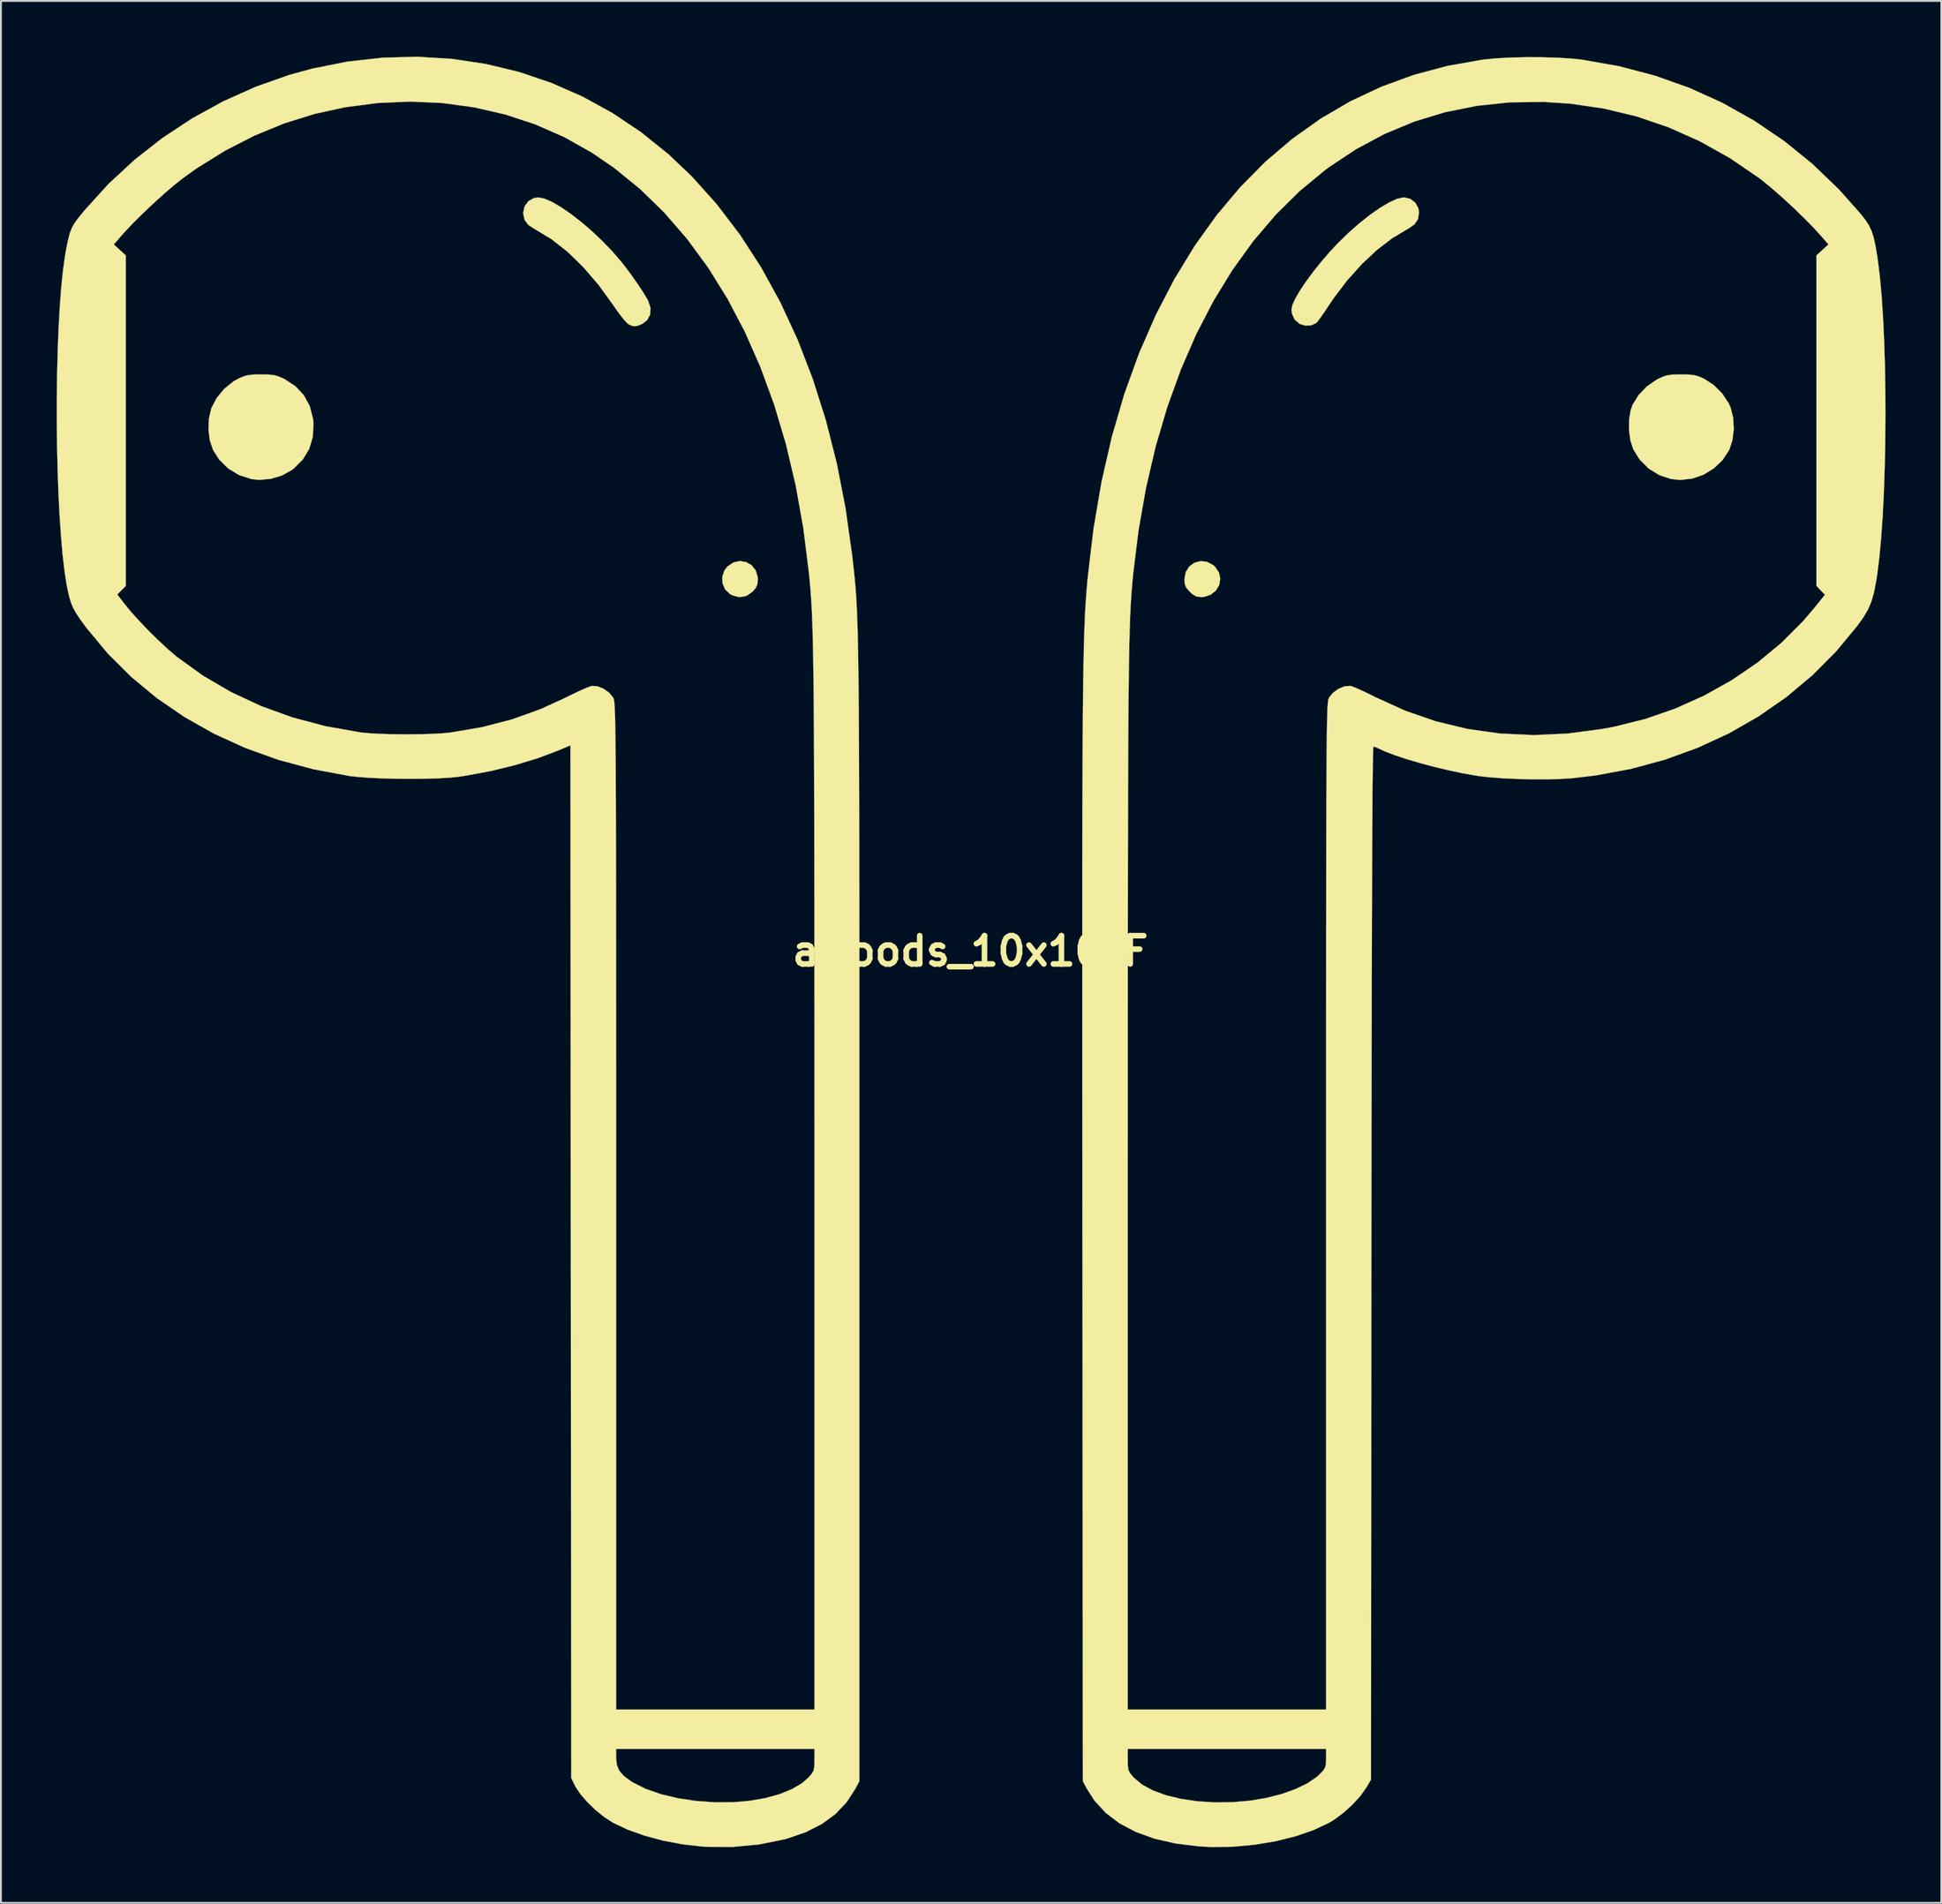
<source format=kicad_pcb>
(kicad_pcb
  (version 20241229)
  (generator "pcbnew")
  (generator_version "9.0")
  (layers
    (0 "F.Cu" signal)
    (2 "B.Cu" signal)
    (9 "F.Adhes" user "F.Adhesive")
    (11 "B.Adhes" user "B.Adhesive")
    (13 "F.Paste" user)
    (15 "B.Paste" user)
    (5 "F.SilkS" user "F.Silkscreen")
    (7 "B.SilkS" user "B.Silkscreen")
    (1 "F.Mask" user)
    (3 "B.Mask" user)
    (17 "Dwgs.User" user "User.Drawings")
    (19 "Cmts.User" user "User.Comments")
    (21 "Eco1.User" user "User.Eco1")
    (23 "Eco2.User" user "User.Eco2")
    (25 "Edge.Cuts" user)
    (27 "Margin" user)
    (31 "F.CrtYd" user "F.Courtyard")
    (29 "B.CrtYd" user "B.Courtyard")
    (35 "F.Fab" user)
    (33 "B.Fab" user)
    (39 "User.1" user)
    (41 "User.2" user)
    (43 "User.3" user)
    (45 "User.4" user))
  (footprint "airpods_10x10_F"
    (layer "F.Cu")
    (at 49.136 48.127)
    (property "Reference" "airpods_10x10_F" (at 0 0 0) (layer "F.SilkS") (effects (font (size 1.524 1.524) (thickness 0.3))))
    (attr through_hole)
    (fp_poly (pts (xy -12.06 -20.936) (xy -11.764 -20.765) (xy -11.545 -20.491) (xy -11.436 -20.128) (xy -11.43 -20.009) (xy -11.452 -19.739) (xy -11.543 -19.537) (xy -11.718 -19.338) (xy -12.049 -19.111) (xy -12.416 -19.046) (xy -12.8 -19.146) (xy -12.924 -19.213) (xy -13.186 -19.462) (xy -13.325 -19.788) (xy -13.339 -20.146) (xy -13.221 -20.491) (xy -13.069 -20.689) (xy -12.746 -20.912) (xy -12.398 -20.99) (xy -12.06 -20.936)) (stroke (width 0.01) (type solid)) (fill yes) (layer "F.SilkS"))
    (fp_poly (pts (xy 12.732 -20.948) (xy 13.067 -20.767) (xy 13.157 -20.686) (xy 13.373 -20.37) (xy 13.443 -20.03) (xy 13.384 -19.698) (xy 13.208 -19.404) (xy 12.932 -19.182) (xy 12.569 -19.062) (xy 12.399 -19.05) (xy 12.152 -19.087) (xy 11.93 -19.22) (xy 11.803 -19.338) (xy 11.616 -19.553) (xy 11.533 -19.758) (xy 11.515 -20.009) (xy 11.586 -20.396) (xy 11.777 -20.697) (xy 12.054 -20.899) (xy 12.383 -20.987) (xy 12.732 -20.948)) (stroke (width 0.01) (type solid)) (fill yes) (layer "F.SilkS"))
    (fp_poly (pts (xy -37.75 -31.023) (xy -37.467 -30.995) (xy -37.232 -30.934) (xy -36.985 -30.829) (xy -36.89 -30.782) (xy -36.3 -30.398) (xy -35.845 -29.912) (xy -35.529 -29.331) (xy -35.355 -28.66) (xy -35.326 -28.363) (xy -35.364 -27.661) (xy -35.559 -27.019) (xy -35.906 -26.448) (xy -36.398 -25.959) (xy -36.483 -25.894) (xy -37.013 -25.598) (xy -37.616 -25.414) (xy -38.236 -25.357) (xy -38.67 -25.402) (xy -39.333 -25.619) (xy -39.917 -25.973) (xy -40.399 -26.449) (xy -40.728 -26.969) (xy -40.899 -27.474) (xy -40.974 -28.055) (xy -40.949 -28.65) (xy -40.824 -29.194) (xy -40.812 -29.227) (xy -40.529 -29.767) (xy -40.121 -30.259) (xy -39.631 -30.655) (xy -39.387 -30.793) (xy -39.122 -30.912) (xy -38.884 -30.984) (xy -38.612 -31.019) (xy -38.245 -31.03) (xy -38.142 -31.03) (xy -37.75 -31.023)) (stroke (width 0.01) (type solid)) (fill yes) (layer "F.SilkS"))
    (fp_poly (pts (xy 38.624 -31.023) (xy 38.912 -30.994) (xy 39.153 -30.932) (xy 39.406 -30.825) (xy 39.472 -30.793) (xy 39.985 -30.458) (xy 40.437 -30.005) (xy 40.784 -29.481) (xy 40.897 -29.227) (xy 41.029 -28.687) (xy 41.06 -28.092) (xy 40.991 -27.505) (xy 40.824 -26.991) (xy 40.812 -26.966) (xy 40.457 -26.421) (xy 39.986 -25.973) (xy 39.429 -25.635) (xy 38.815 -25.424) (xy 38.175 -25.354) (xy 37.688 -25.404) (xy 37.045 -25.618) (xy 36.472 -25.976) (xy 35.994 -26.457) (xy 35.653 -27.009) (xy 35.501 -27.473) (xy 35.427 -28.018) (xy 35.431 -28.581) (xy 35.515 -29.099) (xy 35.617 -29.394) (xy 35.941 -29.919) (xy 36.389 -30.387) (xy 36.915 -30.75) (xy 36.975 -30.782) (xy 37.239 -30.905) (xy 37.471 -30.979) (xy 37.732 -31.017) (xy 38.081 -31.029) (xy 38.227 -31.03) (xy 38.624 -31.023)) (stroke (width 0.01) (type solid)) (fill yes) (layer "F.SilkS"))
    (fp_poly (pts (xy 23.66 -40.478) (xy 23.931 -40.271) (xy 24.096 -39.969) (xy 24.13 -39.734) (xy 24.074 -39.385) (xy 23.893 -39.11) (xy 23.567 -38.88) (xy 23.511 -38.85) (xy 22.69 -38.361) (xy 21.861 -37.723) (xy 21.045 -36.957) (xy 20.261 -36.082) (xy 19.529 -35.116) (xy 19.257 -34.712) (xy 19.035 -34.378) (xy 18.836 -34.092) (xy 18.684 -33.887) (xy 18.609 -33.802) (xy 18.335 -33.674) (xy 18.005 -33.66) (xy 17.728 -33.743) (xy 17.448 -33.974) (xy 17.296 -34.305) (xy 17.272 -34.532) (xy 17.329 -34.782) (xy 17.49 -35.131) (xy 17.741 -35.559) (xy 18.068 -36.046) (xy 18.455 -36.569) (xy 18.888 -37.11) (xy 19.352 -37.646) (xy 19.764 -38.087) (xy 20.338 -38.648) (xy 20.921 -39.161) (xy 21.492 -39.614) (xy 22.034 -39.993) (xy 22.526 -40.285) (xy 22.949 -40.477) (xy 23.285 -40.554) (xy 23.319 -40.555) (xy 23.66 -40.478)) (stroke (width 0.01) (type solid)) (fill yes) (layer "F.SilkS"))
    (fp_poly (pts (xy -22.914 -40.493) (xy -22.503 -40.315) (xy -22.023 -40.036) (xy -21.493 -39.672) (xy -20.933 -39.238) (xy -20.361 -38.748) (xy -19.798 -38.217) (xy -19.263 -37.662) (xy -18.8 -37.126) (xy -18.489 -36.729) (xy -18.162 -36.282) (xy -17.846 -35.829) (xy -17.572 -35.41) (xy -17.367 -35.069) (xy -17.327 -34.993) (xy -17.201 -34.606) (xy -17.223 -34.248) (xy -17.383 -33.948) (xy -17.656 -33.744) (xy -17.92 -33.639) (xy -18.123 -33.628) (xy -18.344 -33.708) (xy -18.373 -33.722) (xy -18.499 -33.832) (xy -18.691 -34.053) (xy -18.922 -34.355) (xy -19.169 -34.707) (xy -19.189 -34.737) (xy -19.979 -35.83) (xy -20.808 -36.798) (xy -21.663 -37.63) (xy -22.534 -38.315) (xy -23.41 -38.842) (xy -23.426 -38.85) (xy -23.774 -39.077) (xy -23.973 -39.345) (xy -24.044 -39.682) (xy -24.045 -39.734) (xy -23.97 -40.079) (xy -23.766 -40.353) (xy -23.469 -40.52) (xy -23.237 -40.555) (xy -22.914 -40.493)) (stroke (width 0.01) (type solid)) (fill yes) (layer "F.SilkS"))
    (fp_poly (pts (xy -27.87 -48.007) (xy -26.051 -47.734) (xy -24.272 -47.304) (xy -22.539 -46.718) (xy -20.86 -45.981) (xy -19.244 -45.092) (xy -17.699 -44.056) (xy -16.231 -42.874) (xy -14.981 -41.685) (xy -13.635 -40.183) (xy -12.39 -38.548) (xy -11.25 -36.787) (xy -10.216 -34.904) (xy -9.29 -32.903) (xy -8.475 -30.79) (xy -7.772 -28.57) (xy -7.183 -26.247) (xy -6.711 -23.827) (xy -6.358 -21.313) (xy -6.352 -21.258) (xy -6.319 -20.967) (xy -6.287 -20.691) (xy -6.258 -20.425) (xy -6.231 -20.162) (xy -6.205 -19.898) (xy -6.181 -19.627) (xy -6.159 -19.343) (xy -6.138 -19.041) (xy -6.119 -18.715) (xy -6.102 -18.36) (xy -6.086 -17.97) (xy -6.071 -17.539) (xy -6.057 -17.063) (xy -6.045 -16.535) (xy -6.034 -15.949) (xy -6.024 -15.301) (xy -6.015 -14.585) (xy -6.007 -13.795) (xy -6 -12.926) (xy -5.994 -11.972) (xy -5.989 -10.927) (xy -5.985 -9.787) (xy -5.981 -8.545) (xy -5.978 -7.195) (xy -5.975 -5.733) (xy -5.973 -4.153) (xy -5.972 -2.449) (xy -5.971 -0.616) (xy -5.97 1.352) (xy -5.969 3.461) (xy -5.969 5.716) (xy -5.969 8.122) (xy -5.969 10.685) (xy -5.969 13.411) (xy -5.969 44.662) (xy -6.17 45.043) (xy -6.65 45.787) (xy -7.253 46.426) (xy -7.985 46.963) (xy -8.849 47.403) (xy -9.851 47.748) (xy -10.009 47.79) (xy -11.368 48.065) (xy -12.786 48.198) (xy -14.225 48.188) (xy -14.436 48.174) (xy -15.485 48.055) (xy -16.527 47.857) (xy -17.522 47.59) (xy -18.431 47.266) (xy -19.215 46.895) (xy -19.219 46.893) (xy -19.676 46.597) (xy -20.143 46.221) (xy -20.582 45.801) (xy -20.954 45.375) (xy -21.22 44.981) (xy -21.256 44.913) (xy -21.463 44.492) (xy -21.464 42.926) (xy -19.05 42.926) (xy -19.05 43.405) (xy -19.011 43.785) (xy -18.879 44.1) (xy -18.632 44.383) (xy -18.247 44.667) (xy -18.136 44.736) (xy -17.449 45.079) (xy -16.634 45.362) (xy -15.722 45.579) (xy -14.743 45.726) (xy -13.73 45.798) (xy -12.713 45.79) (xy -11.887 45.719) (xy -11.028 45.571) (xy -10.253 45.356) (xy -9.582 45.082) (xy -9.037 44.758) (xy -8.689 44.45) (xy -8.526 44.259) (xy -8.434 44.097) (xy -8.393 43.904) (xy -8.382 43.618) (xy -8.382 43.518) (xy -8.382 42.926) (xy -19.05 42.926) (xy -21.464 42.926) (xy -21.485 16.709) (xy -21.507 -11.075) (xy -22.182 -10.79) (xy -23.275 -10.378) (xy -24.489 -10.009) (xy -25.778 -9.695) (xy -27.095 -9.448) (xy -27.517 -9.384) (xy -28.008 -9.334) (xy -28.63 -9.298) (xy -29.345 -9.277) (xy -30.116 -9.27) (xy -30.904 -9.277) (xy -31.673 -9.298) (xy -32.383 -9.332) (xy -32.999 -9.379) (xy -33.401 -9.427) (xy -35.339 -9.789) (xy -37.201 -10.29) (xy -38.978 -10.927) (xy -40.666 -11.696) (xy -42.258 -12.593) (xy -43.746 -13.614) (xy -45.125 -14.756) (xy -46.389 -16.016) (xy -47.53 -17.389) (xy -47.543 -17.406) (xy -47.858 -17.835) (xy -48.086 -18.175) (xy -48.247 -18.464) (xy -48.364 -18.743) (xy -48.458 -19.051) (xy -48.469 -19.092) (xy -48.6 -19.703) (xy -48.717 -20.464) (xy -48.82 -21.356) (xy -48.908 -22.362) (xy -48.982 -23.464) (xy -49.042 -24.642) (xy -49.086 -25.878) (xy -49.116 -27.155) (xy -49.131 -28.453) (xy -49.13 -29.754) (xy -49.114 -31.04) (xy -49.083 -32.292) (xy -49.036 -33.492) (xy -48.974 -34.621) (xy -48.896 -35.662) (xy -48.801 -36.595) (xy -48.691 -37.403) (xy -48.603 -37.888) (xy -48.574 -38.025) (xy -46.067 -38.025) (xy -45.745 -37.73) (xy -45.424 -37.436) (xy -45.424 -19.647) (xy -45.878 -19.192) (xy -45.484 -18.676) (xy -45.136 -18.253) (xy -44.693 -17.761) (xy -44.192 -17.239) (xy -43.67 -16.724) (xy -43.165 -16.255) (xy -42.715 -15.868) (xy -42.672 -15.834) (xy -41.267 -14.821) (xy -39.758 -13.939) (xy -38.154 -13.19) (xy -36.464 -12.578) (xy -34.696 -12.107) (xy -32.86 -11.78) (xy -32.724 -11.762) (xy -32.277 -11.72) (xy -31.704 -11.69) (xy -31.047 -11.671) (xy -30.348 -11.665) (xy -29.65 -11.671) (xy -28.994 -11.688) (xy -28.423 -11.718) (xy -27.982 -11.759) (xy -26.266 -12.05) (xy -24.646 -12.471) (xy -23.102 -13.026) (xy -21.861 -13.595) (xy -21.423 -13.811) (xy -21.02 -14.001) (xy -20.684 -14.151) (xy -20.446 -14.245) (xy -20.362 -14.27) (xy -20.059 -14.252) (xy -19.727 -14.12) (xy -19.425 -13.907) (xy -19.211 -13.644) (xy -19.204 -13.633) (xy -19.19 -13.601) (xy -19.176 -13.558) (xy -19.164 -13.499) (xy -19.152 -13.418) (xy -19.141 -13.31) (xy -19.131 -13.169) (xy -19.122 -12.99) (xy -19.113 -12.768) (xy -19.105 -12.496) (xy -19.098 -12.169) (xy -19.091 -11.782) (xy -19.085 -11.329) (xy -19.08 -10.804) (xy -19.075 -10.203) (xy -19.071 -9.519) (xy -19.067 -8.748) (xy -19.064 -7.882) (xy -19.061 -6.918) (xy -19.059 -5.85) (xy -19.057 -4.672) (xy -19.055 -3.378) (xy -19.054 -1.963) (xy -19.053 -0.421) (xy -19.052 1.252) (xy -19.051 3.064) (xy -19.051 5.018) (xy -19.05 7.121) (xy -19.05 9.378) (xy -19.05 11.794) (xy -19.05 13.736) (xy -19.05 40.809) (xy -8.382 40.809) (xy -8.382 12.255) (xy -8.382 9.588) (xy -8.383 7.084) (xy -8.383 4.738) (xy -8.384 2.544) (xy -8.385 0.496) (xy -8.386 -1.411) (xy -8.387 -3.184) (xy -8.389 -4.828) (xy -8.392 -6.349) (xy -8.395 -7.752) (xy -8.399 -9.044) (xy -8.403 -10.229) (xy -8.408 -11.315) (xy -8.414 -12.307) (xy -8.42 -13.21) (xy -8.428 -14.03) (xy -8.436 -14.773) (xy -8.445 -15.445) (xy -8.455 -16.052) (xy -8.467 -16.599) (xy -8.479 -17.093) (xy -8.493 -17.538) (xy -8.508 -17.94) (xy -8.524 -18.307) (xy -8.541 -18.642) (xy -8.56 -18.953) (xy -8.581 -19.244) (xy -8.603 -19.522) (xy -8.626 -19.792) (xy -8.651 -20.06) (xy -8.677 -20.332) (xy -8.68 -20.362) (xy -8.981 -22.763) (xy -9.394 -25.073) (xy -9.917 -27.288) (xy -10.548 -29.403) (xy -11.283 -31.414) (xy -12.12 -33.315) (xy -13.057 -35.101) (xy -14.092 -36.767) (xy -15.221 -38.31) (xy -16.443 -39.723) (xy -17.754 -41.002) (xy -19.152 -42.142) (xy -20.362 -42.97) (xy -21.839 -43.799) (xy -23.39 -44.482) (xy -25.006 -45.016) (xy -26.675 -45.4) (xy -28.384 -45.633) (xy -30.123 -45.712) (xy -31.879 -45.636) (xy -33.643 -45.404) (xy -35.268 -45.048) (xy -36.891 -44.543) (xy -38.501 -43.881) (xy -40.073 -43.075) (xy -41.581 -42.139) (xy -42.333 -41.603) (xy -42.806 -41.229) (xy -43.351 -40.762) (xy -43.931 -40.237) (xy -44.508 -39.69) (xy -45.045 -39.157) (xy -45.503 -38.672) (xy -45.649 -38.507) (xy -46.067 -38.025) (xy -48.574 -38.025) (xy -48.511 -38.32) (xy -48.426 -38.645) (xy -48.324 -38.909) (xy -48.185 -39.156) (xy -47.987 -39.43) (xy -47.706 -39.777) (xy -47.613 -39.889) (xy -46.348 -41.282) (xy -44.957 -42.572) (xy -43.455 -43.749) (xy -41.856 -44.804) (xy -40.175 -45.727) (xy -38.427 -46.511) (xy -36.625 -47.146) (xy -35.379 -47.487) (xy -33.482 -47.864) (xy -31.593 -48.074) (xy -29.72 -48.122) (xy -27.87 -48.007)) (stroke (width 0.01) (type solid)) (fill yes) (layer "F.SilkS"))
    (fp_poly (pts (xy 30.765 -48.097) (xy 31.614 -48.071) (xy 32.383 -48.021) (xy 32.893 -47.966) (xy 34.88 -47.616) (xy 36.803 -47.111) (xy 38.659 -46.454) (xy 40.44 -45.647) (xy 42.142 -44.693) (xy 43.759 -43.597) (xy 45.285 -42.36) (xy 46.714 -40.986) (xy 47.888 -39.664) (xy 48.135 -39.349) (xy 48.324 -39.057) (xy 48.469 -38.751) (xy 48.584 -38.395) (xy 48.681 -37.953) (xy 48.775 -37.389) (xy 48.802 -37.211) (xy 48.916 -36.3) (xy 49.011 -35.252) (xy 49.088 -34.09) (xy 49.147 -32.836) (xy 49.189 -31.514) (xy 49.212 -30.145) (xy 49.218 -28.753) (xy 49.206 -27.361) (xy 49.177 -25.99) (xy 49.131 -24.664) (xy 49.067 -23.406) (xy 48.986 -22.238) (xy 48.888 -21.182) (xy 48.774 -20.263) (xy 48.716 -19.897) (xy 48.599 -19.295) (xy 48.46 -18.808) (xy 48.277 -18.379) (xy 48.026 -17.955) (xy 47.72 -17.526) (xy 46.559 -16.122) (xy 45.278 -14.836) (xy 43.888 -13.671) (xy 42.393 -12.632) (xy 40.803 -11.721) (xy 39.123 -10.945) (xy 37.363 -10.305) (xy 35.528 -9.807) (xy 33.627 -9.454) (xy 32.393 -9.307) (xy 31.765 -9.266) (xy 31.028 -9.246) (xy 30.229 -9.246) (xy 29.411 -9.266) (xy 28.62 -9.303) (xy 27.901 -9.358) (xy 27.299 -9.427) (xy 27.22 -9.439) (xy 26.494 -9.569) (xy 25.722 -9.732) (xy 24.936 -9.92) (xy 24.169 -10.125) (xy 23.452 -10.337) (xy 22.816 -10.549) (xy 22.294 -10.75) (xy 22.007 -10.883) (xy 21.813 -10.97) (xy 21.68 -11.007) (xy 21.68 -11.007) (xy 21.67 -10.938) (xy 21.661 -10.731) (xy 21.653 -10.383) (xy 21.645 -9.894) (xy 21.638 -9.262) (xy 21.63 -8.484) (xy 21.624 -7.559) (xy 21.617 -6.485) (xy 21.611 -5.262) (xy 21.606 -3.886) (xy 21.6 -2.357) (xy 21.595 -0.673) (xy 21.591 1.168) (xy 21.587 3.168) (xy 21.583 5.328) (xy 21.579 7.65) (xy 21.576 10.136) (xy 21.573 12.787) (xy 21.57 15.605) (xy 21.569 16.785) (xy 21.548 44.577) (xy 21.3 45) (xy 20.982 45.449) (xy 20.553 45.919) (xy 20.061 46.364) (xy 19.551 46.742) (xy 19.304 46.892) (xy 18.457 47.291) (xy 17.483 47.626) (xy 16.417 47.891) (xy 15.29 48.079) (xy 14.137 48.185) (xy 12.989 48.203) (xy 12.319 48.169) (xy 11.054 48.014) (xy 9.916 47.755) (xy 8.908 47.394) (xy 8.031 46.932) (xy 7.287 46.369) (xy 6.678 45.707) (xy 6.254 45.043) (xy 6.054 44.662) (xy 6.052 42.926) (xy 8.467 42.926) (xy 8.467 43.521) (xy 8.472 43.839) (xy 8.502 44.05) (xy 8.579 44.214) (xy 8.723 44.393) (xy 8.804 44.481) (xy 9.242 44.847) (xy 9.822 45.161) (xy 10.523 45.417) (xy 11.325 45.612) (xy 12.206 45.741) (xy 13.147 45.802) (xy 14.126 45.789) (xy 15.028 45.711) (xy 15.907 45.565) (xy 16.733 45.355) (xy 17.478 45.09) (xy 18.119 44.78) (xy 18.628 44.434) (xy 18.788 44.288) (xy 18.983 44.081) (xy 19.087 43.913) (xy 19.128 43.713) (xy 19.135 43.434) (xy 19.135 42.926) (xy 8.467 42.926) (xy 6.052 42.926) (xy 6.05 40.809) (xy 8.467 40.809) (xy 19.135 40.809) (xy 19.135 13.736) (xy 19.135 11.195) (xy 19.135 8.817) (xy 19.135 6.598) (xy 19.135 4.532) (xy 19.136 2.613) (xy 19.137 0.835) (xy 19.137 -0.806) (xy 19.139 -2.316) (xy 19.14 -3.701) (xy 19.142 -4.967) (xy 19.144 -6.118) (xy 19.147 -7.161) (xy 19.149 -8.101) (xy 19.153 -8.943) (xy 19.157 -9.692) (xy 19.161 -10.356) (xy 19.166 -10.938) (xy 19.171 -11.444) (xy 19.177 -11.881) (xy 19.184 -12.253) (xy 19.192 -12.566) (xy 19.2 -12.826) (xy 19.208 -13.038) (xy 19.218 -13.207) (xy 19.228 -13.339) (xy 19.239 -13.44) (xy 19.251 -13.515) (xy 19.264 -13.569) (xy 19.278 -13.609) (xy 19.289 -13.633) (xy 19.499 -13.897) (xy 19.798 -14.113) (xy 20.129 -14.248) (xy 20.433 -14.272) (xy 20.447 -14.27) (xy 20.614 -14.214) (xy 20.895 -14.095) (xy 21.254 -13.929) (xy 21.656 -13.731) (xy 21.765 -13.676) (xy 23.383 -12.938) (xy 25.044 -12.364) (xy 26.747 -11.954) (xy 28.493 -11.708) (xy 30.281 -11.625) (xy 32.11 -11.706) (xy 33.98 -11.952) (xy 34.621 -12.072) (xy 36.287 -12.487) (xy 37.905 -13.047) (xy 39.461 -13.745) (xy 40.941 -14.572) (xy 42.329 -15.519) (xy 43.61 -16.576) (xy 44.771 -17.737) (xy 45.386 -18.457) (xy 45.964 -19.177) (xy 45.508 -19.654) (xy 45.508 -37.436) (xy 45.83 -37.73) (xy 46.152 -38.025) (xy 45.734 -38.507) (xy 45.316 -38.964) (xy 44.805 -39.483) (xy 44.239 -40.029) (xy 43.655 -40.566) (xy 43.092 -41.059) (xy 42.587 -41.473) (xy 42.418 -41.603) (xy 40.855 -42.669) (xy 39.234 -43.577) (xy 37.56 -44.325) (xy 35.834 -44.913) (xy 34.06 -45.339) (xy 32.242 -45.603) (xy 30.819 -45.694) (xy 28.999 -45.669) (xy 27.235 -45.483) (xy 25.526 -45.139) (xy 23.874 -44.635) (xy 22.28 -43.972) (xy 20.746 -43.151) (xy 19.272 -42.172) (xy 19.101 -42.045) (xy 17.719 -40.905) (xy 16.423 -39.623) (xy 15.215 -38.204) (xy 14.097 -36.655) (xy 13.073 -34.982) (xy 12.145 -33.189) (xy 11.317 -31.283) (xy 10.59 -29.27) (xy 9.967 -27.156) (xy 9.452 -24.946) (xy 9.047 -22.646) (xy 8.769 -20.405) (xy 8.742 -20.13) (xy 8.716 -19.859) (xy 8.693 -19.586) (xy 8.67 -19.306) (xy 8.65 -19.013) (xy 8.631 -18.701) (xy 8.613 -18.364) (xy 8.596 -17.997) (xy 8.581 -17.593) (xy 8.567 -17.148) (xy 8.554 -16.654) (xy 8.543 -16.107) (xy 8.532 -15.501) (xy 8.523 -14.829) (xy 8.514 -14.087) (xy 8.507 -13.268) (xy 8.5 -12.366) (xy 8.494 -11.377) (xy 8.489 -10.293) (xy 8.485 -9.11) (xy 8.481 -7.821) (xy 8.478 -6.421) (xy 8.475 -4.903) (xy 8.473 -3.263) (xy 8.471 -1.495) (xy 8.47 0.408) (xy 8.469 2.452) (xy 8.468 4.641) (xy 8.468 6.982) (xy 8.468 9.48) (xy 8.467 12.141) (xy 8.467 12.298) (xy 8.467 40.809) (xy 6.05 40.809) (xy 6.028 15.198) (xy 6.026 12.414) (xy 6.024 9.794) (xy 6.022 7.332) (xy 6.021 5.023) (xy 6.02 2.861) (xy 6.02 0.841) (xy 6.02 -1.044) (xy 6.021 -2.799) (xy 6.022 -4.428) (xy 6.024 -5.939) (xy 6.027 -7.336) (xy 6.031 -8.625) (xy 6.035 -9.811) (xy 6.041 -10.901) (xy 6.047 -11.899) (xy 6.054 -12.811) (xy 6.062 -13.644) (xy 6.071 -14.402) (xy 6.082 -15.09) (xy 6.093 -15.716) (xy 6.105 -16.283) (xy 6.119 -16.799) (xy 6.134 -17.267) (xy 6.151 -17.695) (xy 6.168 -18.087) (xy 6.187 -18.449) (xy 6.208 -18.786) (xy 6.23 -19.105) (xy 6.253 -19.41) (xy 6.279 -19.708) (xy 6.305 -20.003) (xy 6.311 -20.066) (xy 6.624 -22.714) (xy 7.056 -25.244) (xy 7.608 -27.66) (xy 8.28 -29.966) (xy 9.074 -32.164) (xy 9.985 -34.248) (xy 10.982 -36.168) (xy 12.072 -37.954) (xy 13.253 -39.603) (xy 14.523 -41.112) (xy 15.878 -42.481) (xy 17.318 -43.707) (xy 18.839 -44.789) (xy 20.439 -45.725) (xy 22.116 -46.513) (xy 23.867 -47.151) (xy 25.691 -47.637) (xy 27.559 -47.966) (xy 28.233 -48.034) (xy 29.025 -48.079) (xy 29.886 -48.1) (xy 30.765 -48.097)) (stroke (width 0.01) (type solid)) (fill yes) (layer "F.SilkS")))
  (gr_rect
    (start -3 -3)
    (end 101.359 99.335)
    (stroke (width 0.1) (type default))
    (fill no)
    (layer "Edge.Cuts")))
</source>
